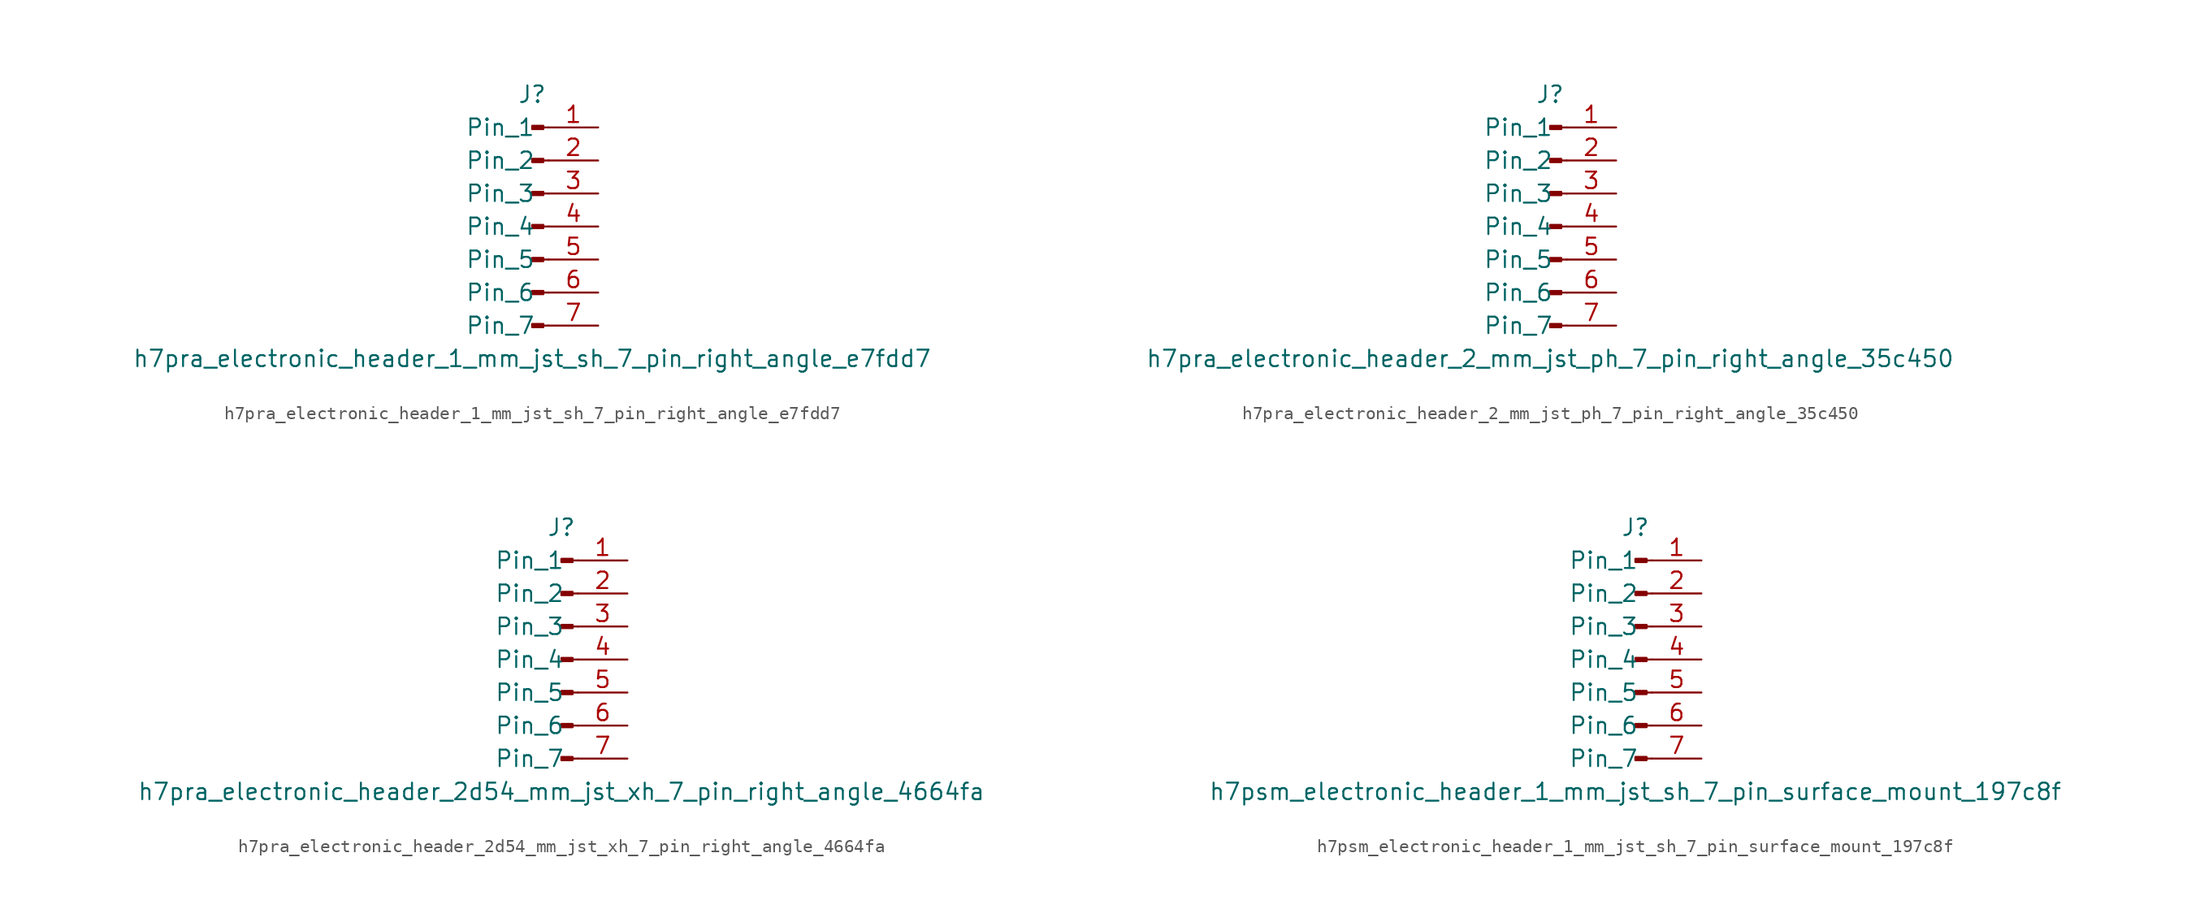
<source format=kicad_sym>
(kicad_symbol_lib
  (version 20220914)
  (generator kicad_symbol_editor)
  (symbol "h7pra_electronic_header_1_mm_jst_sh_7_pin_right_angle_e7fdd7"
    (pin_names
      (offset 1.016))
    (property "Reference" "J"
      (at 0 10.16 0)
      (effects (font (size 1.27 1.27))))
    (property "Value" "h7pra_electronic_header_1_mm_jst_sh_7_pin_right_angle_e7fdd7"
      (at 0 -10.16 0)
      (effects (font (size 1.27 1.27))))
    (property "ki_locked" ""
      (at 0 0 0)
      (effects (font (size 1.27 1.27))))
    (symbol "h7pra_electronic_header_1_mm_jst_sh_7_pin_right_angle_e7fdd7_1_1"
      (polyline (pts (xy 1.27 -7.62) (xy 0.864 -7.62)) (stroke (width 0.152) (type default)) (fill (type none)))
      (polyline (pts (xy 1.27 -5.08) (xy 0.864 -5.08)) (stroke (width 0.152) (type default)) (fill (type none)))
      (polyline (pts (xy 1.27 -2.54) (xy 0.864 -2.54)) (stroke (width 0.152) (type default)) (fill (type none)))
      (polyline (pts (xy 1.27 0) (xy 0.864 0)) (stroke (width 0.152) (type default)) (fill (type none)))
      (polyline (pts (xy 1.27 2.54) (xy 0.864 2.54)) (stroke (width 0.152) (type default)) (fill (type none)))
      (polyline (pts (xy 1.27 5.08) (xy 0.864 5.08)) (stroke (width 0.152) (type default)) (fill (type none)))
      (polyline (pts (xy 1.27 7.62) (xy 0.864 7.62)) (stroke (width 0.152) (type default)) (fill (type none)))
      (rectangle (start 0.864 -7.493) (end 0 -7.747) (stroke (width 0.152) (type default)) (fill (type outline)))
      (rectangle (start 0.864 -4.953) (end 0 -5.207) (stroke (width 0.152) (type default)) (fill (type outline)))
      (rectangle (start 0.864 -2.413) (end 0 -2.667) (stroke (width 0.152) (type default)) (fill (type outline)))
      (rectangle (start 0.864 0.127) (end 0 -0.127) (stroke (width 0.152) (type default)) (fill (type outline)))
      (rectangle (start 0.864 2.667) (end 0 2.413) (stroke (width 0.152) (type default)) (fill (type outline)))
      (rectangle (start 0.864 5.207) (end 0 4.953) (stroke (width 0.152) (type default)) (fill (type outline)))
      (rectangle (start 0.864 7.747) (end 0 7.493) (stroke (width 0.152) (type default)) (fill (type outline)))
      (pin passive line (at 5.08 7.62 180) (length 3.81) (name "Pin_1" (effects (font (size 1.27 1.27)))) (number "1" (effects (font (size 1.27 1.27)))))
      (pin passive line (at 5.08 5.08 180) (length 3.81) (name "Pin_2" (effects (font (size 1.27 1.27)))) (number "2" (effects (font (size 1.27 1.27)))))
      (pin passive line (at 5.08 2.54 180) (length 3.81) (name "Pin_3" (effects (font (size 1.27 1.27)))) (number "3" (effects (font (size 1.27 1.27)))))
      (pin passive line (at 5.08 0 180) (length 3.81) (name "Pin_4" (effects (font (size 1.27 1.27)))) (number "4" (effects (font (size 1.27 1.27)))))
      (pin passive line (at 5.08 -2.54 180) (length 3.81) (name "Pin_5" (effects (font (size 1.27 1.27)))) (number "5" (effects (font (size 1.27 1.27)))))
      (pin passive line (at 5.08 -5.08 180) (length 3.81) (name "Pin_6" (effects (font (size 1.27 1.27)))) (number "6" (effects (font (size 1.27 1.27)))))
      (pin passive line (at 5.08 -7.62 180) (length 3.81) (name "Pin_7" (effects (font (size 1.27 1.27)))) (number "7" (effects (font (size 1.27 1.27)))))))
  (symbol "h7pra_electronic_header_2_mm_jst_ph_7_pin_right_angle_35c450"
    (pin_names
      (offset 1.016))
    (property "Reference" "J"
      (at 0 10.16 0)
      (effects (font (size 1.27 1.27))))
    (property "Value" "h7pra_electronic_header_2_mm_jst_ph_7_pin_right_angle_35c450"
      (at 0 -10.16 0)
      (effects (font (size 1.27 1.27))))
    (property "ki_locked" ""
      (at 0 0 0)
      (effects (font (size 1.27 1.27))))
    (symbol "h7pra_electronic_header_2_mm_jst_ph_7_pin_right_angle_35c450_1_1"
      (polyline (pts (xy 1.27 -7.62) (xy 0.864 -7.62)) (stroke (width 0.152) (type default)) (fill (type none)))
      (polyline (pts (xy 1.27 -5.08) (xy 0.864 -5.08)) (stroke (width 0.152) (type default)) (fill (type none)))
      (polyline (pts (xy 1.27 -2.54) (xy 0.864 -2.54)) (stroke (width 0.152) (type default)) (fill (type none)))
      (polyline (pts (xy 1.27 0) (xy 0.864 0)) (stroke (width 0.152) (type default)) (fill (type none)))
      (polyline (pts (xy 1.27 2.54) (xy 0.864 2.54)) (stroke (width 0.152) (type default)) (fill (type none)))
      (polyline (pts (xy 1.27 5.08) (xy 0.864 5.08)) (stroke (width 0.152) (type default)) (fill (type none)))
      (polyline (pts (xy 1.27 7.62) (xy 0.864 7.62)) (stroke (width 0.152) (type default)) (fill (type none)))
      (rectangle (start 0.864 -7.493) (end 0 -7.747) (stroke (width 0.152) (type default)) (fill (type outline)))
      (rectangle (start 0.864 -4.953) (end 0 -5.207) (stroke (width 0.152) (type default)) (fill (type outline)))
      (rectangle (start 0.864 -2.413) (end 0 -2.667) (stroke (width 0.152) (type default)) (fill (type outline)))
      (rectangle (start 0.864 0.127) (end 0 -0.127) (stroke (width 0.152) (type default)) (fill (type outline)))
      (rectangle (start 0.864 2.667) (end 0 2.413) (stroke (width 0.152) (type default)) (fill (type outline)))
      (rectangle (start 0.864 5.207) (end 0 4.953) (stroke (width 0.152) (type default)) (fill (type outline)))
      (rectangle (start 0.864 7.747) (end 0 7.493) (stroke (width 0.152) (type default)) (fill (type outline)))
      (pin passive line (at 5.08 7.62 180) (length 3.81) (name "Pin_1" (effects (font (size 1.27 1.27)))) (number "1" (effects (font (size 1.27 1.27)))))
      (pin passive line (at 5.08 5.08 180) (length 3.81) (name "Pin_2" (effects (font (size 1.27 1.27)))) (number "2" (effects (font (size 1.27 1.27)))))
      (pin passive line (at 5.08 2.54 180) (length 3.81) (name "Pin_3" (effects (font (size 1.27 1.27)))) (number "3" (effects (font (size 1.27 1.27)))))
      (pin passive line (at 5.08 0 180) (length 3.81) (name "Pin_4" (effects (font (size 1.27 1.27)))) (number "4" (effects (font (size 1.27 1.27)))))
      (pin passive line (at 5.08 -2.54 180) (length 3.81) (name "Pin_5" (effects (font (size 1.27 1.27)))) (number "5" (effects (font (size 1.27 1.27)))))
      (pin passive line (at 5.08 -5.08 180) (length 3.81) (name "Pin_6" (effects (font (size 1.27 1.27)))) (number "6" (effects (font (size 1.27 1.27)))))
      (pin passive line (at 5.08 -7.62 180) (length 3.81) (name "Pin_7" (effects (font (size 1.27 1.27)))) (number "7" (effects (font (size 1.27 1.27)))))))
  (symbol "h7pra_electronic_header_2d54_mm_jst_xh_7_pin_right_angle_4664fa"
    (pin_names
      (offset 1.016))
    (property "Reference" "J"
      (at 0 10.16 0)
      (effects (font (size 1.27 1.27))))
    (property "Value" "h7pra_electronic_header_2d54_mm_jst_xh_7_pin_right_angle_4664fa"
      (at 0 -10.16 0)
      (effects (font (size 1.27 1.27))))
    (property "ki_locked" ""
      (at 0 0 0)
      (effects (font (size 1.27 1.27))))
    (symbol "h7pra_electronic_header_2d54_mm_jst_xh_7_pin_right_angle_4664fa_1_1"
      (polyline (pts (xy 1.27 -7.62) (xy 0.864 -7.62)) (stroke (width 0.152) (type default)) (fill (type none)))
      (polyline (pts (xy 1.27 -5.08) (xy 0.864 -5.08)) (stroke (width 0.152) (type default)) (fill (type none)))
      (polyline (pts (xy 1.27 -2.54) (xy 0.864 -2.54)) (stroke (width 0.152) (type default)) (fill (type none)))
      (polyline (pts (xy 1.27 0) (xy 0.864 0)) (stroke (width 0.152) (type default)) (fill (type none)))
      (polyline (pts (xy 1.27 2.54) (xy 0.864 2.54)) (stroke (width 0.152) (type default)) (fill (type none)))
      (polyline (pts (xy 1.27 5.08) (xy 0.864 5.08)) (stroke (width 0.152) (type default)) (fill (type none)))
      (polyline (pts (xy 1.27 7.62) (xy 0.864 7.62)) (stroke (width 0.152) (type default)) (fill (type none)))
      (rectangle (start 0.864 -7.493) (end 0 -7.747) (stroke (width 0.152) (type default)) (fill (type outline)))
      (rectangle (start 0.864 -4.953) (end 0 -5.207) (stroke (width 0.152) (type default)) (fill (type outline)))
      (rectangle (start 0.864 -2.413) (end 0 -2.667) (stroke (width 0.152) (type default)) (fill (type outline)))
      (rectangle (start 0.864 0.127) (end 0 -0.127) (stroke (width 0.152) (type default)) (fill (type outline)))
      (rectangle (start 0.864 2.667) (end 0 2.413) (stroke (width 0.152) (type default)) (fill (type outline)))
      (rectangle (start 0.864 5.207) (end 0 4.953) (stroke (width 0.152) (type default)) (fill (type outline)))
      (rectangle (start 0.864 7.747) (end 0 7.493) (stroke (width 0.152) (type default)) (fill (type outline)))
      (pin passive line (at 5.08 7.62 180) (length 3.81) (name "Pin_1" (effects (font (size 1.27 1.27)))) (number "1" (effects (font (size 1.27 1.27)))))
      (pin passive line (at 5.08 5.08 180) (length 3.81) (name "Pin_2" (effects (font (size 1.27 1.27)))) (number "2" (effects (font (size 1.27 1.27)))))
      (pin passive line (at 5.08 2.54 180) (length 3.81) (name "Pin_3" (effects (font (size 1.27 1.27)))) (number "3" (effects (font (size 1.27 1.27)))))
      (pin passive line (at 5.08 0 180) (length 3.81) (name "Pin_4" (effects (font (size 1.27 1.27)))) (number "4" (effects (font (size 1.27 1.27)))))
      (pin passive line (at 5.08 -2.54 180) (length 3.81) (name "Pin_5" (effects (font (size 1.27 1.27)))) (number "5" (effects (font (size 1.27 1.27)))))
      (pin passive line (at 5.08 -5.08 180) (length 3.81) (name "Pin_6" (effects (font (size 1.27 1.27)))) (number "6" (effects (font (size 1.27 1.27)))))
      (pin passive line (at 5.08 -7.62 180) (length 3.81) (name "Pin_7" (effects (font (size 1.27 1.27)))) (number "7" (effects (font (size 1.27 1.27)))))))
  (symbol "h7psm_electronic_header_1_mm_jst_sh_7_pin_surface_mount_197c8f"
    (pin_names
      (offset 1.016))
    (property "Reference" "J"
      (at 0 10.16 0)
      (effects (font (size 1.27 1.27))))
    (property "Value" "h7psm_electronic_header_1_mm_jst_sh_7_pin_surface_mount_197c8f"
      (at 0 -10.16 0)
      (effects (font (size 1.27 1.27))))
    (property "ki_locked" ""
      (at 0 0 0)
      (effects (font (size 1.27 1.27))))
    (symbol "h7psm_electronic_header_1_mm_jst_sh_7_pin_surface_mount_197c8f_1_1"
      (polyline (pts (xy 1.27 -7.62) (xy 0.864 -7.62)) (stroke (width 0.152) (type default)) (fill (type none)))
      (polyline (pts (xy 1.27 -5.08) (xy 0.864 -5.08)) (stroke (width 0.152) (type default)) (fill (type none)))
      (polyline (pts (xy 1.27 -2.54) (xy 0.864 -2.54)) (stroke (width 0.152) (type default)) (fill (type none)))
      (polyline (pts (xy 1.27 0) (xy 0.864 0)) (stroke (width 0.152) (type default)) (fill (type none)))
      (polyline (pts (xy 1.27 2.54) (xy 0.864 2.54)) (stroke (width 0.152) (type default)) (fill (type none)))
      (polyline (pts (xy 1.27 5.08) (xy 0.864 5.08)) (stroke (width 0.152) (type default)) (fill (type none)))
      (polyline (pts (xy 1.27 7.62) (xy 0.864 7.62)) (stroke (width 0.152) (type default)) (fill (type none)))
      (rectangle (start 0.864 -7.493) (end 0 -7.747) (stroke (width 0.152) (type default)) (fill (type outline)))
      (rectangle (start 0.864 -4.953) (end 0 -5.207) (stroke (width 0.152) (type default)) (fill (type outline)))
      (rectangle (start 0.864 -2.413) (end 0 -2.667) (stroke (width 0.152) (type default)) (fill (type outline)))
      (rectangle (start 0.864 0.127) (end 0 -0.127) (stroke (width 0.152) (type default)) (fill (type outline)))
      (rectangle (start 0.864 2.667) (end 0 2.413) (stroke (width 0.152) (type default)) (fill (type outline)))
      (rectangle (start 0.864 5.207) (end 0 4.953) (stroke (width 0.152) (type default)) (fill (type outline)))
      (rectangle (start 0.864 7.747) (end 0 7.493) (stroke (width 0.152) (type default)) (fill (type outline)))
      (pin passive line (at 5.08 7.62 180) (length 3.81) (name "Pin_1" (effects (font (size 1.27 1.27)))) (number "1" (effects (font (size 1.27 1.27)))))
      (pin passive line (at 5.08 5.08 180) (length 3.81) (name "Pin_2" (effects (font (size 1.27 1.27)))) (number "2" (effects (font (size 1.27 1.27)))))
      (pin passive line (at 5.08 2.54 180) (length 3.81) (name "Pin_3" (effects (font (size 1.27 1.27)))) (number "3" (effects (font (size 1.27 1.27)))))
      (pin passive line (at 5.08 0 180) (length 3.81) (name "Pin_4" (effects (font (size 1.27 1.27)))) (number "4" (effects (font (size 1.27 1.27)))))
      (pin passive line (at 5.08 -2.54 180) (length 3.81) (name "Pin_5" (effects (font (size 1.27 1.27)))) (number "5" (effects (font (size 1.27 1.27)))))
      (pin passive line (at 5.08 -5.08 180) (length 3.81) (name "Pin_6" (effects (font (size 1.27 1.27)))) (number "6" (effects (font (size 1.27 1.27)))))
      (pin passive line (at 5.08 -7.62 180) (length 3.81) (name "Pin_7" (effects (font (size 1.27 1.27)))) (number "7" (effects (font (size 1.27 1.27))))))))
</source>
